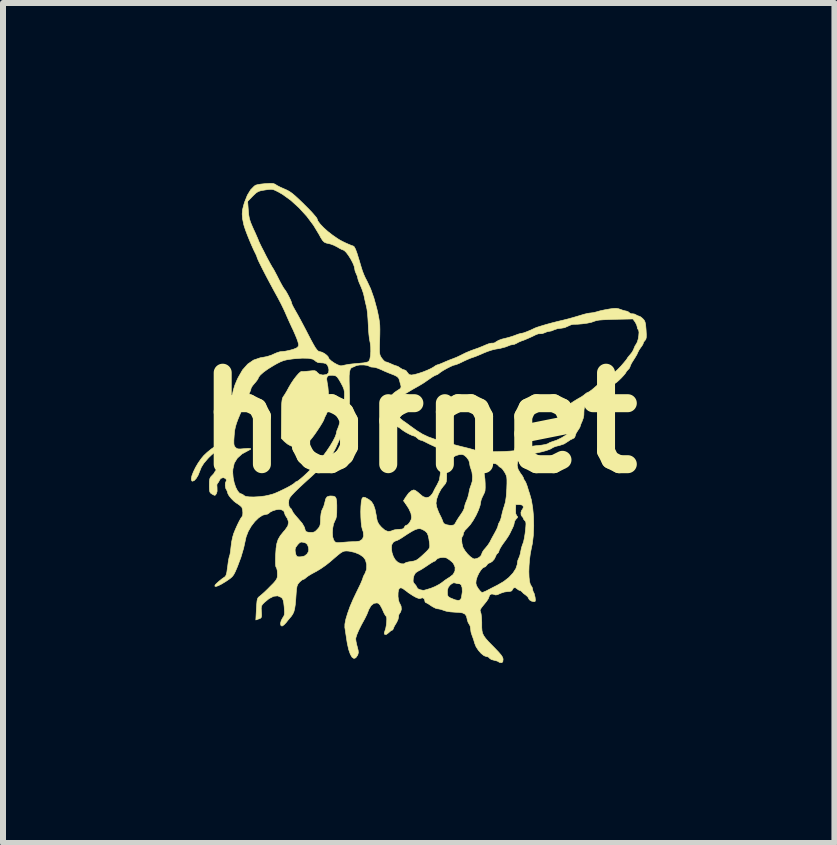
<source format=kicad_pcb>
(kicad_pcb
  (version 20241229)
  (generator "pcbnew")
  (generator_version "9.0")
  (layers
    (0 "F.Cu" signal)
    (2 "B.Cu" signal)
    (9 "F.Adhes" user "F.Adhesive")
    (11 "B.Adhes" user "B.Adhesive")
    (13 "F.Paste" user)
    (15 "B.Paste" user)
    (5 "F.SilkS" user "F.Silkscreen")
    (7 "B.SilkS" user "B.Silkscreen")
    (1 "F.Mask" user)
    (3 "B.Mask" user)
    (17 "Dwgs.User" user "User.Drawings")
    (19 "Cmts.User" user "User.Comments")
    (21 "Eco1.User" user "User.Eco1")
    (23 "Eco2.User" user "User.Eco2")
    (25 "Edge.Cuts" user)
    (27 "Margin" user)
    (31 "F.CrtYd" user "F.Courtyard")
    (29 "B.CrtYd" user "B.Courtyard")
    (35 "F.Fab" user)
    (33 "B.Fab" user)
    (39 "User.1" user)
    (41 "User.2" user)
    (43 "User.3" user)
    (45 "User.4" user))
  (footprint "hornet"
    (layer "F.Cu")
    (at 3.926 3.994)
    (property "Reference" "hornet" (at 0 0 0) (layer "F.SilkS") (effects (font (size 1.524 1.524) (thickness 0.3))))
    (attr through_hole)
    (fp_poly (pts (xy -2.426 -3.987) (xy -2.397 -3.977) (xy -2.387 -3.971) (xy -2.359 -3.953) (xy -2.309 -3.927) (xy -2.248 -3.9) (xy -2.241 -3.897) (xy -2.194 -3.876) (xy -2.152 -3.853) (xy -2.108 -3.822) (xy -2.058 -3.78) (xy -1.996 -3.723) (xy -1.916 -3.646) (xy -1.908 -3.637) (xy -1.838 -3.568) (xy -1.778 -3.505) (xy -1.732 -3.452) (xy -1.702 -3.416) (xy -1.693 -3.399) (xy -1.68 -3.362) (xy -1.642 -3.311) (xy -1.586 -3.252) (xy -1.515 -3.188) (xy -1.435 -3.126) (xy -1.351 -3.068) (xy -1.314 -3.045) (xy -1.269 -3.021) (xy -1.215 -2.995) (xy -1.16 -2.971) (xy -1.116 -2.953) (xy -1.093 -2.946) (xy -1.075 -2.933) (xy -1.053 -2.892) (xy -1.027 -2.822) (xy -0.996 -2.721) (xy -0.99 -2.701) (xy -0.961 -2.604) (xy -0.938 -2.53) (xy -0.915 -2.471) (xy -0.891 -2.417) (xy -0.862 -2.362) (xy -0.801 -2.232) (xy -0.747 -2.08) (xy -0.698 -1.902) (xy -0.683 -1.837) (xy -0.667 -1.759) (xy -0.656 -1.693) (xy -0.649 -1.629) (xy -0.647 -1.558) (xy -0.648 -1.47) (xy -0.65 -1.395) (xy -0.653 -1.297) (xy -0.654 -1.226) (xy -0.653 -1.177) (xy -0.648 -1.142) (xy -0.64 -1.116) (xy -0.627 -1.093) (xy -0.617 -1.078) (xy -0.586 -1.04) (xy -0.56 -1.018) (xy -0.553 -1.016) (xy -0.525 -1.009) (xy -0.481 -0.991) (xy -0.461 -0.982) (xy -0.415 -0.962) (xy -0.38 -0.95) (xy -0.372 -0.948) (xy -0.346 -0.939) (xy -0.31 -0.915) (xy -0.309 -0.914) (xy -0.27 -0.89) (xy -0.238 -0.881) (xy -0.21 -0.867) (xy -0.189 -0.838) (xy -0.161 -0.804) (xy -0.122 -0.796) (xy -0.075 -0.803) (xy -0.008 -0.821) (xy 0.068 -0.846) (xy 0.143 -0.876) (xy 0.206 -0.905) (xy 0.246 -0.928) (xy 0.282 -0.953) (xy 0.308 -0.965) (xy 0.31 -0.965) (xy 0.335 -0.972) (xy 0.378 -0.989) (xy 0.397 -0.997) (xy 0.454 -1.022) (xy 0.522 -1.05) (xy 0.56 -1.064) (xy 0.629 -1.091) (xy 0.699 -1.124) (xy 0.73 -1.14) (xy 0.789 -1.169) (xy 0.862 -1.199) (xy 0.915 -1.219) (xy 0.99 -1.245) (xy 1.067 -1.276) (xy 1.113 -1.296) (xy 1.166 -1.317) (xy 1.209 -1.327) (xy 1.228 -1.327) (xy 1.259 -1.33) (xy 1.292 -1.351) (xy 1.329 -1.373) (xy 1.385 -1.394) (xy 1.431 -1.405) (xy 1.502 -1.423) (xy 1.572 -1.445) (xy 1.607 -1.458) (xy 1.658 -1.477) (xy 1.7 -1.489) (xy 1.712 -1.49) (xy 1.747 -1.498) (xy 1.802 -1.518) (xy 1.871 -1.547) (xy 1.936 -1.578) (xy 1.973 -1.592) (xy 2.036 -1.612) (xy 2.119 -1.637) (xy 2.214 -1.663) (xy 2.316 -1.689) (xy 2.405 -1.71) (xy 2.493 -1.732) (xy 2.586 -1.758) (xy 2.667 -1.782) (xy 2.687 -1.788) (xy 2.753 -1.808) (xy 2.814 -1.823) (xy 2.856 -1.829) (xy 2.858 -1.829) (xy 2.908 -1.835) (xy 2.965 -1.849) (xy 2.974 -1.852) (xy 3.024 -1.866) (xy 3.093 -1.881) (xy 3.166 -1.894) (xy 3.169 -1.895) (xy 3.24 -1.905) (xy 3.289 -1.907) (xy 3.327 -1.901) (xy 3.362 -1.889) (xy 3.41 -1.872) (xy 3.449 -1.863) (xy 3.454 -1.863) (xy 3.49 -1.85) (xy 3.506 -1.836) (xy 3.537 -1.817) (xy 3.556 -1.817) (xy 3.591 -1.813) (xy 3.616 -1.801) (xy 3.65 -1.783) (xy 3.669 -1.778) (xy 3.694 -1.767) (xy 3.728 -1.74) (xy 3.734 -1.734) (xy 3.757 -1.708) (xy 3.771 -1.678) (xy 3.78 -1.635) (xy 3.786 -1.57) (xy 3.788 -1.543) (xy 3.792 -1.469) (xy 3.791 -1.422) (xy 3.784 -1.393) (xy 3.772 -1.375) (xy 3.77 -1.373) (xy 3.747 -1.345) (xy 3.742 -1.328) (xy 3.732 -1.302) (xy 3.707 -1.265) (xy 3.702 -1.259) (xy 3.672 -1.215) (xy 3.651 -1.175) (xy 3.65 -1.173) (xy 3.635 -1.138) (xy 3.606 -1.089) (xy 3.58 -1.048) (xy 3.549 -0.999) (xy 3.528 -0.958) (xy 3.522 -0.938) (xy 3.51 -0.91) (xy 3.488 -0.885) (xy 3.463 -0.859) (xy 3.454 -0.843) (xy 3.443 -0.824) (xy 3.414 -0.789) (xy 3.376 -0.748) (xy 3.335 -0.708) (xy 3.299 -0.676) (xy 3.277 -0.661) (xy 3.275 -0.66) (xy 3.255 -0.65) (xy 3.218 -0.622) (xy 3.171 -0.583) (xy 3.166 -0.578) (xy 3.1 -0.524) (xy 3.026 -0.467) (xy 2.974 -0.43) (xy 2.892 -0.377) (xy 2.834 -0.338) (xy 2.795 -0.307) (xy 2.772 -0.281) (xy 2.76 -0.252) (xy 2.754 -0.216) (xy 2.752 -0.167) (xy 2.751 -0.127) (xy 2.741 -0.076) (xy 2.721 -0.023) (xy 2.721 -0.022) (xy 2.702 0.02) (xy 2.693 0.05) (xy 2.692 0.053) (xy 2.683 0.078) (xy 2.659 0.116) (xy 2.65 0.129) (xy 2.623 0.172) (xy 2.608 0.211) (xy 2.608 0.218) (xy 2.593 0.25) (xy 2.57 0.263) (xy 2.526 0.284) (xy 2.498 0.303) (xy 2.422 0.352) (xy 2.338 0.38) (xy 2.326 0.382) (xy 2.278 0.394) (xy 2.242 0.409) (xy 2.237 0.412) (xy 2.194 0.437) (xy 2.128 0.462) (xy 2.051 0.483) (xy 2.015 0.491) (xy 1.948 0.506) (xy 1.878 0.527) (xy 1.863 0.532) (xy 1.811 0.548) (xy 1.77 0.557) (xy 1.759 0.559) (xy 1.727 0.569) (xy 1.689 0.593) (xy 1.687 0.594) (xy 1.65 0.643) (xy 1.64 0.705) (xy 1.655 0.774) (xy 1.693 0.838) (xy 1.723 0.879) (xy 1.742 0.911) (xy 1.744 0.92) (xy 1.754 0.946) (xy 1.767 0.964) (xy 1.785 0.996) (xy 1.804 1.046) (xy 1.811 1.067) (xy 1.827 1.121) (xy 1.842 1.166) (xy 1.846 1.177) (xy 1.877 1.286) (xy 1.899 1.418) (xy 1.913 1.565) (xy 1.916 1.719) (xy 1.91 1.87) (xy 1.894 2.008) (xy 1.876 2.093) (xy 1.859 2.181) (xy 1.846 2.28) (xy 1.838 2.382) (xy 1.835 2.481) (xy 1.838 2.571) (xy 1.846 2.643) (xy 1.859 2.692) (xy 1.867 2.705) (xy 1.89 2.742) (xy 1.897 2.771) (xy 1.904 2.807) (xy 1.912 2.82) (xy 1.924 2.846) (xy 1.935 2.891) (xy 1.939 2.908) (xy 1.944 2.954) (xy 1.939 2.975) (xy 1.922 2.98) (xy 1.88 2.971) (xy 1.844 2.949) (xy 1.829 2.923) (xy 1.829 2.922) (xy 1.816 2.898) (xy 1.784 2.871) (xy 1.782 2.869) (xy 1.745 2.842) (xy 1.722 2.817) (xy 1.722 2.817) (xy 1.697 2.796) (xy 1.686 2.794) (xy 1.657 2.782) (xy 1.643 2.769) (xy 1.609 2.746) (xy 1.579 2.751) (xy 1.563 2.777) (xy 1.549 2.8) (xy 1.517 2.81) (xy 1.487 2.811) (xy 1.428 2.819) (xy 1.366 2.839) (xy 1.354 2.845) (xy 1.308 2.865) (xy 1.277 2.868) (xy 1.255 2.859) (xy 1.216 2.851) (xy 1.183 2.869) (xy 1.168 2.906) (xy 1.168 2.908) (xy 1.158 2.932) (xy 1.131 2.973) (xy 1.092 3.022) (xy 1.089 3.025) (xy 1.048 3.076) (xy 1.027 3.109) (xy 1.022 3.132) (xy 1.03 3.151) (xy 1.039 3.184) (xy 1.046 3.243) (xy 1.05 3.322) (xy 1.05 3.345) (xy 1.05 3.411) (xy 1.054 3.463) (xy 1.063 3.506) (xy 1.083 3.547) (xy 1.114 3.591) (xy 1.161 3.645) (xy 1.228 3.713) (xy 1.27 3.756) (xy 1.332 3.821) (xy 1.372 3.868) (xy 1.395 3.903) (xy 1.405 3.933) (xy 1.405 3.945) (xy 1.4 3.983) (xy 1.381 3.996) (xy 1.373 3.996) (xy 1.341 3.99) (xy 1.331 3.982) (xy 1.309 3.97) (xy 1.268 3.959) (xy 1.255 3.956) (xy 1.211 3.944) (xy 1.182 3.925) (xy 1.179 3.92) (xy 1.157 3.9) (xy 1.129 3.895) (xy 1.088 3.88) (xy 1.041 3.843) (xy 0.995 3.791) (xy 0.956 3.732) (xy 0.932 3.673) (xy 0.932 3.672) (xy 0.914 3.611) (xy 0.893 3.553) (xy 0.889 3.543) (xy 0.871 3.487) (xy 0.864 3.43) (xy 0.857 3.386) (xy 0.841 3.355) (xy 0.84 3.355) (xy 0.823 3.326) (xy 0.808 3.28) (xy 0.807 3.27) (xy 0.794 3.219) (xy 0.77 3.187) (xy 0.729 3.167) (xy 0.665 3.158) (xy 0.612 3.156) (xy 0.528 3.15) (xy 0.456 3.138) (xy 0.42 3.126) (xy 0.368 3.108) (xy 0.323 3.099) (xy 0.316 3.099) (xy 0.279 3.089) (xy 0.231 3.064) (xy 0.206 3.048) (xy 0.163 3.019) (xy 0.129 3) (xy 0.119 2.997) (xy 0.105 2.983) (xy 0.102 2.963) (xy 0.09 2.93) (xy 0.062 2.915) (xy 0.033 2.924) (xy 0.031 2.925) (xy 0.006 2.928) (xy -0.039 2.912) (xy -0.097 2.88) (xy -0.164 2.836) (xy -0.184 2.821) (xy 0.477 2.821) (xy 0.48 2.869) (xy 0.492 2.896) (xy 0.522 2.915) (xy 0.531 2.919) (xy 0.605 2.949) (xy 0.657 2.96) (xy 0.69 2.951) (xy 0.709 2.922) (xy 0.713 2.904) (xy 0.726 2.816) (xy 0.723 2.746) (xy 0.706 2.699) (xy 0.676 2.677) (xy 0.657 2.677) (xy 0.624 2.674) (xy 0.618 2.672) (xy 0.952 2.672) (xy 0.962 2.712) (xy 0.989 2.758) (xy 0.991 2.761) (xy 1.022 2.8) (xy 1.048 2.824) (xy 1.056 2.828) (xy 1.08 2.82) (xy 1.124 2.801) (xy 1.168 2.778) (xy 1.23 2.746) (xy 1.289 2.716) (xy 1.32 2.7) (xy 1.416 2.644) (xy 1.502 2.577) (xy 1.571 2.503) (xy 1.619 2.428) (xy 1.642 2.358) (xy 1.643 2.341) (xy 1.651 2.293) (xy 1.665 2.26) (xy 1.681 2.223) (xy 1.695 2.17) (xy 1.699 2.146) (xy 1.711 2.086) (xy 1.728 2.032) (xy 1.734 2.018) (xy 1.747 1.981) (xy 1.76 1.92) (xy 1.772 1.846) (xy 1.776 1.811) (xy 1.784 1.734) (xy 1.787 1.685) (xy 1.784 1.655) (xy 1.775 1.637) (xy 1.769 1.632) (xy 1.748 1.607) (xy 1.744 1.595) (xy 1.732 1.57) (xy 1.723 1.563) (xy 1.706 1.535) (xy 1.703 1.493) (xy 1.716 1.456) (xy 1.725 1.447) (xy 1.741 1.417) (xy 1.742 1.396) (xy 1.728 1.372) (xy 1.693 1.364) (xy 1.676 1.363) (xy 1.617 1.363) (xy 1.614 1.448) (xy 1.616 1.513) (xy 1.632 1.549) (xy 1.635 1.551) (xy 1.649 1.568) (xy 1.638 1.588) (xy 1.625 1.6) (xy 1.6 1.635) (xy 1.592 1.664) (xy 1.584 1.703) (xy 1.568 1.742) (xy 1.544 1.791) (xy 1.522 1.837) (xy 1.501 1.876) (xy 1.466 1.93) (xy 1.424 1.989) (xy 1.418 1.996) (xy 1.38 2.051) (xy 1.352 2.099) (xy 1.338 2.13) (xy 1.338 2.134) (xy 1.326 2.164) (xy 1.315 2.173) (xy 1.294 2.194) (xy 1.28 2.228) (xy 1.258 2.272) (xy 1.223 2.311) (xy 1.185 2.334) (xy 1.173 2.336) (xy 1.15 2.35) (xy 1.135 2.371) (xy 1.111 2.398) (xy 1.092 2.405) (xy 1.066 2.419) (xy 1.033 2.457) (xy 1.001 2.508) (xy 0.974 2.566) (xy 0.958 2.619) (xy 0.957 2.621) (xy 0.952 2.672) (xy 0.618 2.672) (xy 0.604 2.667) (xy 0.573 2.667) (xy 0.535 2.692) (xy 0.525 2.7) (xy 0.492 2.741) (xy 0.479 2.787) (xy 0.477 2.821) (xy -0.184 2.821) (xy -0.217 2.796) (xy -0.264 2.762) (xy -0.294 2.749) (xy -0.317 2.754) (xy -0.319 2.755) (xy -0.336 2.783) (xy -0.344 2.832) (xy -0.345 2.892) (xy -0.338 2.95) (xy -0.324 2.997) (xy -0.314 3.013) (xy -0.294 3.055) (xy -0.289 3.106) (xy -0.301 3.151) (xy -0.313 3.167) (xy -0.332 3.199) (xy -0.336 3.232) (xy -0.344 3.273) (xy -0.367 3.324) (xy -0.378 3.342) (xy -0.405 3.386) (xy -0.421 3.422) (xy -0.423 3.431) (xy -0.435 3.452) (xy -0.443 3.454) (xy -0.466 3.466) (xy -0.498 3.494) (xy -0.503 3.499) (xy -0.539 3.526) (xy -0.565 3.527) (xy -0.574 3.504) (xy -0.563 3.467) (xy -0.55 3.427) (xy -0.54 3.373) (xy -0.534 3.315) (xy -0.532 3.265) (xy -0.537 3.232) (xy -0.541 3.226) (xy -0.558 3.205) (xy -0.58 3.166) (xy -0.585 3.153) (xy -0.618 3.081) (xy -0.645 3.035) (xy -0.669 3.01) (xy -0.694 3) (xy -0.747 3.008) (xy -0.794 3.046) (xy -0.832 3.111) (xy -0.838 3.128) (xy -0.864 3.193) (xy -0.896 3.258) (xy -0.906 3.277) (xy -0.956 3.368) (xy -0.999 3.454) (xy -1.03 3.527) (xy -1.047 3.581) (xy -1.05 3.6) (xy -1.045 3.641) (xy -1.033 3.699) (xy -1.023 3.735) (xy -1.009 3.792) (xy -1.006 3.831) (xy -1.015 3.864) (xy -1.019 3.873) (xy -1.049 3.915) (xy -1.079 3.926) (xy -1.11 3.906) (xy -1.139 3.857) (xy -1.166 3.781) (xy -1.189 3.68) (xy -1.196 3.638) (xy -1.208 3.559) (xy -1.219 3.487) (xy -1.227 3.432) (xy -1.231 3.411) (xy -1.23 3.353) (xy -1.214 3.271) (xy -1.184 3.172) (xy -1.144 3.06) (xy -1.093 2.941) (xy -1.043 2.836) (xy -1.004 2.756) (xy -0.97 2.686) (xy -0.951 2.642) (xy -0.094 2.642) (xy -0.08 2.672) (xy -0.075 2.677) (xy -0.046 2.711) (xy -0.033 2.737) (xy -0.016 2.763) (xy 0.018 2.78) (xy 0.075 2.792) (xy 0.098 2.788) (xy 0.143 2.775) (xy 0.201 2.757) (xy 0.202 2.757) (xy 0.273 2.728) (xy 0.343 2.691) (xy 0.386 2.662) (xy 0.438 2.622) (xy 0.491 2.587) (xy 0.513 2.574) (xy 0.573 2.527) (xy 0.604 2.468) (xy 0.606 2.405) (xy 0.578 2.343) (xy 0.555 2.318) (xy 0.511 2.282) (xy 0.469 2.255) (xy 0.459 2.25) (xy 0.414 2.242) (xy 0.363 2.246) (xy 0.319 2.259) (xy 0.294 2.278) (xy 0.293 2.28) (xy 0.276 2.301) (xy 0.269 2.303) (xy 0.248 2.312) (xy 0.208 2.335) (xy 0.173 2.358) (xy 0.106 2.403) (xy 0.06 2.433) (xy 0.028 2.452) (xy 0.003 2.465) (xy -0.009 2.471) (xy -0.053 2.5) (xy -0.08 2.547) (xy -0.091 2.593) (xy -0.094 2.642) (xy -0.951 2.642) (xy -0.946 2.63) (xy -0.933 2.597) (xy -0.932 2.591) (xy -0.922 2.56) (xy -0.901 2.519) (xy -0.897 2.515) (xy -0.869 2.443) (xy -0.867 2.36) (xy -0.888 2.283) (xy -0.924 2.235) (xy -0.986 2.192) (xy -1.066 2.159) (xy -1.156 2.139) (xy -1.171 2.137) (xy -1.205 2.135) (xy -1.234 2.137) (xy -1.264 2.146) (xy -1.298 2.166) (xy -1.342 2.2) (xy -1.401 2.25) (xy -1.477 2.316) (xy -1.549 2.373) (xy -1.631 2.43) (xy -1.707 2.476) (xy -1.723 2.484) (xy -1.784 2.517) (xy -1.837 2.549) (xy -1.87 2.573) (xy -1.874 2.577) (xy -1.903 2.601) (xy -1.921 2.608) (xy -1.945 2.619) (xy -1.978 2.647) (xy -1.987 2.656) (xy -2.012 2.686) (xy -2.027 2.721) (xy -2.036 2.77) (xy -2.041 2.829) (xy -2.049 2.945) (xy -2.057 3.032) (xy -2.067 3.097) (xy -2.08 3.147) (xy -2.098 3.186) (xy -2.121 3.221) (xy -2.144 3.248) (xy -2.171 3.28) (xy -2.205 3.323) (xy -2.212 3.332) (xy -2.245 3.366) (xy -2.273 3.385) (xy -2.279 3.387) (xy -2.298 3.373) (xy -2.302 3.34) (xy -2.291 3.296) (xy -2.267 3.251) (xy -2.267 3.251) (xy -2.248 3.223) (xy -2.238 3.193) (xy -2.236 3.151) (xy -2.24 3.088) (xy -2.241 3.07) (xy -2.249 2.999) (xy -2.259 2.954) (xy -2.273 2.925) (xy -2.29 2.909) (xy -2.349 2.883) (xy -2.417 2.89) (xy -2.494 2.929) (xy -2.568 2.99) (xy -2.602 3.024) (xy -2.619 3.052) (xy -2.624 3.088) (xy -2.622 3.143) (xy -2.621 3.149) (xy -2.618 3.205) (xy -2.621 3.237) (xy -2.633 3.254) (xy -2.659 3.266) (xy -2.664 3.267) (xy -2.714 3.285) (xy -2.704 3.103) (xy -2.699 3.022) (xy -2.694 2.968) (xy -2.686 2.934) (xy -2.675 2.912) (xy -2.657 2.895) (xy -2.647 2.888) (xy -2.615 2.861) (xy -2.567 2.818) (xy -2.511 2.764) (xy -2.477 2.729) (xy -2.421 2.673) (xy -2.386 2.632) (xy -2.366 2.601) (xy -2.356 2.572) (xy -2.354 2.536) (xy -2.354 2.514) (xy -2.357 2.461) (xy -2.366 2.423) (xy -2.373 2.412) (xy -2.382 2.391) (xy -2.386 2.343) (xy -2.386 2.265) (xy -2.384 2.2) (xy -2.378 2.115) (xy -2.06 2.115) (xy -2.057 2.15) (xy -2.045 2.201) (xy -2.029 2.226) (xy -1.999 2.234) (xy -1.96 2.232) (xy -1.904 2.22) (xy -1.865 2.19) (xy -1.857 2.18) (xy -1.835 2.142) (xy -1.832 2.103) (xy -1.834 2.094) (xy -0.455 2.094) (xy -0.445 2.163) (xy -0.422 2.231) (xy -0.387 2.288) (xy -0.344 2.327) (xy -0.288 2.349) (xy -0.247 2.35) (xy -0.229 2.338) (xy -0.208 2.327) (xy -0.165 2.317) (xy -0.127 2.311) (xy -0.08 2.303) (xy -0.042 2.29) (xy -0.004 2.265) (xy 0.043 2.225) (xy 0.078 2.193) (xy 0.131 2.143) (xy 0.163 2.108) (xy 0.18 2.081) (xy 0.184 2.054) (xy 0.182 2.02) (xy 0.181 2.013) (xy 0.173 1.957) (xy 0.715 1.957) (xy 0.721 2.012) (xy 0.734 2.064) (xy 0.739 2.079) (xy 0.77 2.131) (xy 0.812 2.184) (xy 0.859 2.23) (xy 0.903 2.261) (xy 0.929 2.269) (xy 0.971 2.26) (xy 1.008 2.242) (xy 1.038 2.212) (xy 1.05 2.184) (xy 1.061 2.154) (xy 1.089 2.113) (xy 1.108 2.092) (xy 1.15 2.041) (xy 1.186 1.986) (xy 1.194 1.969) (xy 1.221 1.917) (xy 1.255 1.856) (xy 1.272 1.825) (xy 1.299 1.774) (xy 1.317 1.732) (xy 1.321 1.714) (xy 1.332 1.677) (xy 1.346 1.654) (xy 1.363 1.617) (xy 1.378 1.565) (xy 1.38 1.552) (xy 1.393 1.495) (xy 1.412 1.426) (xy 1.425 1.389) (xy 1.445 1.318) (xy 1.458 1.228) (xy 1.466 1.111) (xy 1.467 1.097) (xy 1.47 1.011) (xy 1.47 0.951) (xy 1.467 0.909) (xy 1.458 0.876) (xy 1.444 0.845) (xy 1.43 0.821) (xy 1.401 0.778) (xy 1.376 0.751) (xy 1.366 0.745) (xy 1.342 0.732) (xy 1.325 0.711) (xy 1.29 0.684) (xy 1.246 0.677) (xy 1.203 0.684) (xy 1.166 0.707) (xy 1.135 0.741) (xy 1.103 0.784) (xy 1.09 0.819) (xy 1.092 0.861) (xy 1.094 0.872) (xy 1.103 0.937) (xy 1.107 1.009) (xy 1.108 1.076) (xy 1.105 1.129) (xy 1.1 1.151) (xy 1.086 1.183) (xy 1.064 1.227) (xy 1.061 1.233) (xy 1.042 1.278) (xy 1.033 1.315) (xy 1.033 1.318) (xy 1.022 1.378) (xy 0.995 1.455) (xy 0.956 1.54) (xy 0.909 1.623) (xy 0.86 1.695) (xy 0.813 1.748) (xy 0.81 1.751) (xy 0.77 1.792) (xy 0.748 1.829) (xy 0.745 1.842) (xy 0.739 1.875) (xy 0.73 1.887) (xy 0.718 1.911) (xy 0.715 1.957) (xy 0.173 1.957) (xy 0.169 1.931) (xy 0.156 1.874) (xy 0.14 1.837) (xy 0.116 1.811) (xy 0.093 1.795) (xy 0.056 1.775) (xy 0.022 1.764) (xy -0.015 1.766) (xy -0.059 1.78) (xy -0.115 1.809) (xy -0.19 1.855) (xy -0.285 1.918) (xy -0.33 1.945) (xy -0.365 1.962) (xy -0.375 1.964) (xy -0.402 1.975) (xy -0.426 1.992) (xy -0.45 2.034) (xy -0.455 2.094) (xy -1.834 2.094) (xy -1.838 2.071) (xy -1.855 2.027) (xy -1.883 2.003) (xy -1.913 1.993) (xy -1.953 1.986) (xy -1.98 1.994) (xy -2.01 2.023) (xy -2.02 2.035) (xy -2.051 2.078) (xy -2.06 2.115) (xy -2.378 2.115) (xy -2.377 2.093) (xy -2.364 2.011) (xy -2.342 1.943) (xy -2.306 1.881) (xy -2.254 1.816) (xy -2.228 1.787) (xy -2.181 1.719) (xy -2.168 1.655) (xy -2.188 1.594) (xy -2.201 1.575) (xy -2.225 1.536) (xy -2.235 1.505) (xy -2.25 1.467) (xy -2.293 1.446) (xy -2.328 1.442) (xy -2.377 1.449) (xy -2.432 1.466) (xy -2.477 1.489) (xy -2.498 1.508) (xy -2.522 1.522) (xy -2.538 1.524) (xy -2.6 1.539) (xy -2.666 1.582) (xy -2.731 1.645) (xy -2.791 1.723) (xy -2.841 1.81) (xy -2.876 1.901) (xy -2.887 1.951) (xy -2.917 2.088) (xy -2.962 2.24) (xy -3.019 2.393) (xy -3.027 2.412) (xy -3.057 2.482) (xy -3.082 2.53) (xy -3.109 2.565) (xy -3.145 2.596) (xy -3.197 2.632) (xy -3.215 2.644) (xy -3.286 2.687) (xy -3.342 2.715) (xy -3.38 2.727) (xy -3.397 2.721) (xy -3.392 2.702) (xy -3.37 2.678) (xy -3.33 2.642) (xy -3.282 2.603) (xy -3.234 2.569) (xy -3.228 2.565) (xy -3.211 2.542) (xy -3.197 2.491) (xy -3.186 2.41) (xy -3.184 2.401) (xy -3.175 2.33) (xy -3.165 2.27) (xy -3.156 2.23) (xy -3.153 2.223) (xy -3.144 2.192) (xy -3.135 2.138) (xy -3.128 2.072) (xy -3.127 2.063) (xy -3.117 1.984) (xy -3.1 1.904) (xy -3.082 1.843) (xy -3.053 1.772) (xy -3.021 1.701) (xy -2.99 1.638) (xy -2.964 1.591) (xy -2.946 1.566) (xy -2.944 1.565) (xy -2.933 1.541) (xy -2.93 1.499) (xy -2.934 1.451) (xy -2.945 1.412) (xy -2.951 1.403) (xy -2.979 1.377) (xy -3.021 1.347) (xy -3.031 1.341) (xy -3.043 1.333) (xy -2.167 1.333) (xy -2.162 1.388) (xy -2.145 1.415) (xy -2.144 1.416) (xy -2.121 1.438) (xy -2.11 1.462) (xy -2.095 1.491) (xy -2.061 1.536) (xy -2.017 1.587) (xy -2.007 1.598) (xy -1.941 1.676) (xy -1.905 1.739) (xy -1.899 1.759) (xy -1.889 1.797) (xy -1.871 1.816) (xy -1.835 1.824) (xy -1.813 1.826) (xy -1.762 1.826) (xy -1.726 1.812) (xy -1.691 1.778) (xy -1.666 1.749) (xy -1.65 1.724) (xy -1.641 1.692) (xy -1.637 1.646) (xy -1.634 1.575) (xy -1.634 1.574) (xy -1.627 1.512) (xy -1.614 1.459) (xy -1.604 1.439) (xy -1.583 1.394) (xy -1.567 1.338) (xy -1.565 1.329) (xy -1.55 1.268) (xy -1.527 1.234) (xy -1.49 1.221) (xy -1.467 1.219) (xy -1.423 1.222) (xy -1.394 1.233) (xy -1.377 1.258) (xy -1.368 1.303) (xy -1.365 1.374) (xy -1.365 1.417) (xy -1.366 1.501) (xy -1.371 1.56) (xy -1.381 1.6) (xy -1.396 1.63) (xy -1.419 1.684) (xy -1.433 1.755) (xy -1.438 1.832) (xy -1.433 1.902) (xy -1.417 1.953) (xy -1.414 1.958) (xy -1.398 1.98) (xy -1.381 1.992) (xy -1.354 1.997) (xy -1.31 1.995) (xy -1.247 1.99) (xy -1.174 1.984) (xy -1.108 1.981) (xy -1.06 1.98) (xy -1.054 1.98) (xy -0.985 1.971) (xy -0.939 1.94) (xy -0.918 1.888) (xy -0.924 1.818) (xy -0.94 1.772) (xy -0.951 1.727) (xy -0.959 1.656) (xy -0.964 1.571) (xy -0.966 1.48) (xy -0.963 1.392) (xy -0.957 1.316) (xy -0.954 1.3) (xy -0.943 1.257) (xy -0.923 1.239) (xy -0.888 1.246) (xy -0.834 1.276) (xy -0.83 1.278) (xy -0.786 1.315) (xy -0.753 1.368) (xy -0.728 1.441) (xy -0.708 1.541) (xy -0.702 1.583) (xy -0.689 1.642) (xy -0.663 1.691) (xy -0.621 1.74) (xy -0.563 1.79) (xy -0.511 1.811) (xy -0.459 1.804) (xy -0.439 1.794) (xy -0.402 1.783) (xy -0.349 1.776) (xy -0.328 1.775) (xy -0.277 1.771) (xy -0.25 1.759) (xy -0.241 1.742) (xy -0.225 1.716) (xy -0.211 1.71) (xy -0.181 1.696) (xy -0.151 1.66) (xy -0.127 1.615) (xy -0.119 1.573) (xy -0.13 1.506) (xy -0.165 1.43) (xy -0.207 1.365) (xy -0.225 1.339) (xy 0.288 1.339) (xy 0.288 1.339) (xy 0.299 1.403) (xy 0.33 1.486) (xy 0.347 1.522) (xy 0.376 1.58) (xy 0.396 1.627) (xy 0.406 1.655) (xy 0.406 1.658) (xy 0.422 1.68) (xy 0.462 1.698) (xy 0.518 1.708) (xy 0.538 1.709) (xy 0.581 1.704) (xy 0.607 1.679) (xy 0.614 1.664) (xy 0.636 1.625) (xy 0.67 1.572) (xy 0.698 1.532) (xy 0.732 1.481) (xy 0.755 1.435) (xy 0.762 1.409) (xy 0.77 1.369) (xy 0.788 1.319) (xy 0.794 1.307) (xy 0.816 1.25) (xy 0.834 1.183) (xy 0.837 1.164) (xy 0.849 1.104) (xy 0.867 1.051) (xy 0.873 1.037) (xy 0.892 0.974) (xy 0.896 0.895) (xy 0.886 0.816) (xy 0.872 0.773) (xy 0.855 0.721) (xy 0.847 0.673) (xy 0.847 0.668) (xy 0.833 0.623) (xy 0.797 0.574) (xy 0.795 0.572) (xy 0.757 0.539) (xy 0.722 0.527) (xy 0.675 0.53) (xy 0.618 0.547) (xy 0.568 0.577) (xy 0.534 0.613) (xy 0.525 0.641) (xy 0.514 0.672) (xy 0.495 0.699) (xy 0.479 0.726) (xy 0.47 0.768) (xy 0.466 0.832) (xy 0.466 0.864) (xy 0.465 0.933) (xy 0.46 0.978) (xy 0.448 1.009) (xy 0.428 1.036) (xy 0.417 1.047) (xy 0.369 1.111) (xy 0.328 1.189) (xy 0.299 1.27) (xy 0.288 1.339) (xy -0.225 1.339) (xy -0.254 1.299) (xy -0.216 1.238) (xy -0.167 1.171) (xy -0.118 1.13) (xy -0.081 1.118) (xy -0.053 1.129) (xy -0.013 1.158) (xy 0.007 1.176) (xy 0.069 1.228) (xy 0.123 1.248) (xy 0.171 1.237) (xy 0.195 1.219) (xy 0.228 1.181) (xy 0.247 1.145) (xy 0.262 1.112) (xy 0.289 1.063) (xy 0.307 1.032) (xy 0.344 0.954) (xy 0.356 0.878) (xy 0.356 0.878) (xy 0.364 0.812) (xy 0.385 0.746) (xy 0.389 0.737) (xy 0.425 0.648) (xy 0.438 0.566) (xy 0.434 0.517) (xy 0.423 0.493) (xy 0.403 0.47) (xy 0.366 0.445) (xy 0.308 0.415) (xy 0.237 0.382) (xy 0.177 0.354) (xy 0.123 0.327) (xy 0.096 0.313) (xy 0.056 0.295) (xy 0.027 0.288) (xy 0.000118 0.276) (xy -0.025 0.254) (xy -0.056 0.229) (xy -0.078 0.22) (xy -0.109 0.211) (xy -0.157 0.189) (xy -0.211 0.16) (xy -0.262 0.128) (xy -0.297 0.101) (xy -0.329 0.077) (xy -0.351 0.068) (xy -0.381 0.056) (xy -0.418 0.027) (xy -0.453 -0.009) (xy -0.473 -0.041) (xy -0.474 -0.049) (xy -0.484 -0.085) (xy -0.499 -0.111) (xy -0.519 -0.148) (xy -0.524 -0.172) (xy -0.532 -0.206) (xy -0.545 -0.237) (xy -0.416 -0.237) (xy -0.395 -0.191) (xy -0.362 -0.144) (xy -0.336 -0.106) (xy -0.301 -0.066) (xy -0.26 -0.033) (xy -0.216 -0.003) (xy -0.164 0.035) (xy -0.144 0.05) (xy -0.034 0.129) (xy 0.063 0.189) (xy 0.16 0.235) (xy 0.267 0.273) (xy 0.381 0.305) (xy 0.448 0.323) (xy 0.51 0.34) (xy 0.55 0.352) (xy 0.589 0.364) (xy 0.65 0.38) (xy 0.724 0.399) (xy 0.762 0.408) (xy 0.838 0.427) (xy 0.907 0.446) (xy 0.958 0.462) (xy 0.974 0.468) (xy 1.008 0.474) (xy 1.068 0.479) (xy 1.148 0.481) (xy 1.24 0.482) (xy 1.337 0.48) (xy 1.432 0.477) (xy 1.518 0.472) (xy 1.588 0.466) (xy 1.635 0.458) (xy 1.648 0.454) (xy 1.727 0.423) (xy 1.831 0.398) (xy 1.95 0.382) (xy 1.981 0.379) (xy 2.05 0.372) (xy 2.108 0.362) (xy 2.145 0.351) (xy 2.151 0.348) (xy 2.186 0.328) (xy 2.223 0.315) (xy 2.297 0.29) (xy 2.378 0.251) (xy 2.453 0.205) (xy 2.504 0.163) (xy 2.535 0.126) (xy 2.554 0.087) (xy 2.564 0.032) (xy 2.567 -0.001) (xy 2.571 -0.073) (xy 2.564 -0.13) (xy 2.544 -0.187) (xy 2.542 -0.192) (xy 2.521 -0.242) (xy 2.509 -0.281) (xy 2.506 -0.294) (xy 2.513 -0.307) (xy 2.536 -0.326) (xy 2.579 -0.355) (xy 2.646 -0.396) (xy 2.711 -0.433) (xy 2.75 -0.46) (xy 2.774 -0.48) (xy 2.804 -0.502) (xy 2.822 -0.508) (xy 2.842 -0.519) (xy 2.88 -0.546) (xy 2.928 -0.586) (xy 2.94 -0.597) (xy 2.991 -0.641) (xy 3.035 -0.678) (xy 3.064 -0.701) (xy 3.067 -0.703) (xy 3.168 -0.77) (xy 3.247 -0.829) (xy 3.313 -0.886) (xy 3.373 -0.948) (xy 3.376 -0.952) (xy 3.419 -1.002) (xy 3.452 -1.042) (xy 3.47 -1.066) (xy 3.471 -1.069) (xy 3.482 -1.087) (xy 3.509 -1.12) (xy 3.522 -1.135) (xy 3.557 -1.179) (xy 3.581 -1.224) (xy 3.584 -1.234) (xy 3.604 -1.282) (xy 3.624 -1.312) (xy 3.642 -1.346) (xy 3.657 -1.397) (xy 3.666 -1.453) (xy 3.67 -1.505) (xy 3.665 -1.54) (xy 3.659 -1.549) (xy 3.644 -1.573) (xy 3.641 -1.594) (xy 3.631 -1.631) (xy 3.608 -1.675) (xy 3.605 -1.68) (xy 3.568 -1.73) (xy 3.27 -1.724) (xy 3.154 -1.72) (xy 3.068 -1.716) (xy 3.004 -1.711) (xy 2.96 -1.703) (xy 2.928 -1.693) (xy 2.918 -1.689) (xy 2.875 -1.674) (xy 2.808 -1.66) (xy 2.728 -1.649) (xy 2.645 -1.642) (xy 2.578 -1.641) (xy 2.539 -1.633) (xy 2.491 -1.612) (xy 2.485 -1.609) (xy 2.43 -1.585) (xy 2.371 -1.575) (xy 2.368 -1.575) (xy 2.311 -1.568) (xy 2.259 -1.55) (xy 2.258 -1.55) (xy 2.213 -1.531) (xy 2.176 -1.524) (xy 2.136 -1.516) (xy 2.095 -1.499) (xy 2.054 -1.485) (xy 2.024 -1.484) (xy 1.993 -1.483) (xy 1.952 -1.468) (xy 1.887 -1.436) (xy 1.815 -1.404) (xy 1.751 -1.377) (xy 1.71 -1.363) (xy 1.663 -1.343) (xy 1.635 -1.327) (xy 1.595 -1.308) (xy 1.571 -1.304) (xy 1.529 -1.296) (xy 1.511 -1.289) (xy 1.444 -1.263) (xy 1.357 -1.24) (xy 1.278 -1.227) (xy 1.22 -1.213) (xy 1.147 -1.189) (xy 1.075 -1.16) (xy 1.072 -1.158) (xy 1.007 -1.13) (xy 0.948 -1.106) (xy 0.906 -1.091) (xy 0.902 -1.09) (xy 0.864 -1.077) (xy 0.807 -1.053) (xy 0.744 -1.024) (xy 0.741 -1.022) (xy 0.683 -0.994) (xy 0.635 -0.974) (xy 0.606 -0.965) (xy 0.605 -0.965) (xy 0.574 -0.957) (xy 0.525 -0.935) (xy 0.468 -0.906) (xy 0.411 -0.874) (xy 0.365 -0.844) (xy 0.347 -0.83) (xy 0.314 -0.805) (xy 0.29 -0.796) (xy 0.267 -0.787) (xy 0.225 -0.762) (xy 0.181 -0.732) (xy 0.13 -0.697) (xy 0.09 -0.669) (xy 0.05 -0.644) (xy 0.003 -0.616) (xy -0.061 -0.58) (xy -0.102 -0.557) (xy -0.219 -0.487) (xy -0.307 -0.427) (xy -0.368 -0.374) (xy -0.403 -0.326) (xy -0.414 -0.294) (xy -0.416 -0.237) (xy -0.545 -0.237) (xy -0.549 -0.245) (xy -0.562 -0.278) (xy -0.561 -0.31) (xy -0.545 -0.354) (xy -0.542 -0.361) (xy -0.514 -0.409) (xy -0.483 -0.445) (xy -0.473 -0.451) (xy -0.44 -0.472) (xy -0.425 -0.486) (xy -0.405 -0.504) (xy -0.368 -0.53) (xy -0.35 -0.541) (xy -0.309 -0.569) (xy -0.294 -0.593) (xy -0.296 -0.616) (xy -0.309 -0.662) (xy -0.317 -0.694) (xy -0.331 -0.738) (xy -0.357 -0.768) (xy -0.402 -0.792) (xy -0.437 -0.806) (xy -0.496 -0.829) (xy -0.568 -0.859) (xy -0.624 -0.885) (xy -0.682 -0.909) (xy -0.731 -0.924) (xy -0.761 -0.927) (xy -0.761 -0.927) (xy -0.797 -0.93) (xy -0.822 -0.942) (xy -0.86 -0.957) (xy -0.917 -0.964) (xy -0.979 -0.964) (xy -1.031 -0.956) (xy -1.046 -0.95) (xy -1.087 -0.931) (xy -1.105 -0.925) (xy -1.127 -0.912) (xy -1.143 -0.887) (xy -1.153 -0.845) (xy -1.159 -0.783) (xy -1.159 -0.696) (xy -1.156 -0.579) (xy -1.156 -0.571) (xy -1.153 -0.469) (xy -1.152 -0.394) (xy -1.153 -0.339) (xy -1.158 -0.299) (xy -1.166 -0.265) (xy -1.179 -0.231) (xy -1.183 -0.222) (xy -1.212 -0.119) (xy -1.22 -0.039) (xy -1.225 0.03) (xy -1.238 0.08) (xy -1.245 0.092) (xy -1.265 0.128) (xy -1.27 0.15) (xy -1.277 0.179) (xy -1.294 0.224) (xy -1.303 0.244) (xy -1.331 0.303) (xy -1.357 0.361) (xy -1.362 0.373) (xy -1.383 0.419) (xy -1.401 0.454) (xy -1.403 0.457) (xy -1.422 0.492) (xy -1.438 0.525) (xy -1.461 0.559) (xy -1.504 0.61) (xy -1.563 0.675) (xy -1.634 0.747) (xy -1.711 0.823) (xy -1.791 0.898) (xy -1.847 0.948) (xy -1.916 1.011) (xy -1.99 1.08) (xy -2.055 1.143) (xy -2.07 1.158) (xy -2.119 1.21) (xy -2.148 1.248) (xy -2.162 1.28) (xy -2.167 1.315) (xy -2.167 1.333) (xy -3.043 1.333) (xy -3.078 1.306) (xy -3.123 1.261) (xy -3.16 1.215) (xy -3.181 1.176) (xy -3.183 1.164) (xy -3.194 1.131) (xy -3.198 1.125) (xy -3.215 1.092) (xy -3.223 1.047) (xy -3.222 1.005) (xy -3.214 0.986) (xy -3.202 0.956) (xy -3.217 0.929) (xy -3.251 0.915) (xy -3.26 0.914) (xy -3.3 0.927) (xy -3.318 0.955) (xy -3.337 0.991) (xy -3.352 1.007) (xy -3.363 1.032) (xy -3.36 1.078) (xy -3.359 1.141) (xy -3.37 1.178) (xy -3.387 1.204) (xy -3.405 1.208) (xy -3.437 1.191) (xy -3.44 1.19) (xy -3.465 1.173) (xy -3.48 1.152) (xy -3.486 1.12) (xy -3.488 1.067) (xy -3.488 1.041) (xy -3.487 0.975) (xy -3.481 0.933) (xy -3.468 0.905) (xy -3.446 0.881) (xy -3.417 0.851) (xy -3.404 0.83) (xy -3.404 0.829) (xy -3.4 0.822) (xy -3.099 0.822) (xy -3.092 0.91) (xy -3.075 0.996) (xy -3.05 1.072) (xy -3.018 1.134) (xy -2.984 1.174) (xy -2.954 1.185) (xy -2.927 1.197) (xy -2.913 1.211) (xy -2.882 1.226) (xy -2.825 1.234) (xy -2.749 1.236) (xy -2.661 1.231) (xy -2.567 1.22) (xy -2.565 1.22) (xy -2.496 1.205) (xy -2.429 1.187) (xy -2.396 1.175) (xy -2.327 1.145) (xy -2.254 1.11) (xy -2.184 1.075) (xy -2.125 1.042) (xy -2.085 1.016) (xy -2.072 1.006) (xy -2.05 0.985) (xy -2.041 0.982) (xy -2.016 0.97) (xy -1.974 0.938) (xy -1.917 0.889) (xy -1.853 0.829) (xy -1.784 0.761) (xy -1.716 0.691) (xy -1.653 0.623) (xy -1.6 0.561) (xy -1.591 0.55) (xy -1.531 0.468) (xy -1.475 0.384) (xy -1.428 0.305) (xy -1.393 0.236) (xy -1.374 0.184) (xy -1.372 0.167) (xy -1.364 0.133) (xy -1.347 0.091) (xy -1.329 0.043) (xy -1.314 -0.016) (xy -1.311 -0.033) (xy -1.299 -0.096) (xy -1.281 -0.155) (xy -1.276 -0.166) (xy -1.263 -0.209) (xy -1.252 -0.274) (xy -1.243 -0.349) (xy -1.241 -0.381) (xy -1.237 -0.457) (xy -1.238 -0.514) (xy -1.247 -0.561) (xy -1.267 -0.61) (xy -1.299 -0.67) (xy -1.328 -0.72) (xy -1.358 -0.763) (xy -1.388 -0.784) (xy -1.432 -0.792) (xy -1.435 -0.792) (xy -1.492 -0.791) (xy -1.524 -0.772) (xy -1.534 -0.732) (xy -1.525 -0.668) (xy -1.523 -0.657) (xy -1.513 -0.599) (xy -1.506 -0.52) (xy -1.503 -0.431) (xy -1.503 -0.386) (xy -1.506 -0.297) (xy -1.512 -0.233) (xy -1.521 -0.186) (xy -1.537 -0.148) (xy -1.54 -0.141) (xy -1.562 -0.099) (xy -1.574 -0.071) (xy -1.575 -0.066) (xy -1.584 -0.042) (xy -1.609 0.003) (xy -1.644 0.06) (xy -1.686 0.124) (xy -1.729 0.187) (xy -1.77 0.242) (xy -1.799 0.278) (xy -1.843 0.325) (xy -1.877 0.35) (xy -1.91 0.359) (xy -1.93 0.359) (xy -1.986 0.366) (xy -2.033 0.382) (xy -2.071 0.396) (xy -2.106 0.393) (xy -2.136 0.382) (xy -2.187 0.353) (xy -2.235 0.313) (xy -2.241 0.308) (xy -2.29 0.257) (xy -2.287 -0.071) (xy -2.286 -0.185) (xy -2.285 -0.271) (xy -2.282 -0.333) (xy -2.277 -0.376) (xy -2.271 -0.406) (xy -2.262 -0.427) (xy -2.253 -0.44) (xy -2.229 -0.476) (xy -2.196 -0.531) (xy -2.162 -0.594) (xy -2.158 -0.601) (xy -2.123 -0.66) (xy -2.082 -0.721) (xy -2.039 -0.777) (xy -1.999 -0.822) (xy -1.967 -0.85) (xy -1.948 -0.856) (xy -1.927 -0.854) (xy -1.883 -0.857) (xy -1.829 -0.862) (xy -1.769 -0.868) (xy -1.732 -0.868) (xy -1.709 -0.858) (xy -1.69 -0.838) (xy -1.688 -0.836) (xy -1.651 -0.806) (xy -1.598 -0.796) (xy -1.593 -0.796) (xy -1.533 -0.805) (xy -1.502 -0.833) (xy -1.496 -0.881) (xy -1.499 -0.901) (xy -1.517 -0.957) (xy -1.545 -0.987) (xy -1.593 -0.998) (xy -1.621 -0.999) (xy -1.678 -1.004) (xy -1.714 -1.023) (xy -1.726 -1.036) (xy -1.767 -1.061) (xy -1.839 -1.075) (xy -1.942 -1.077) (xy -2.074 -1.067) (xy -2.117 -1.062) (xy -2.187 -1.052) (xy -2.244 -1.039) (xy -2.299 -1.018) (xy -2.363 -0.986) (xy -2.421 -0.953) (xy -2.51 -0.898) (xy -2.584 -0.845) (xy -2.639 -0.796) (xy -2.67 -0.756) (xy -2.675 -0.739) (xy -2.686 -0.719) (xy -2.713 -0.683) (xy -2.735 -0.658) (xy -2.769 -0.617) (xy -2.79 -0.583) (xy -2.794 -0.57) (xy -2.801 -0.543) (xy -2.819 -0.498) (xy -2.834 -0.465) (xy -2.856 -0.417) (xy -2.887 -0.348) (xy -2.924 -0.265) (xy -2.962 -0.176) (xy -2.969 -0.161) (xy -3.008 -0.068) (xy -3.035 0.004) (xy -3.053 0.064) (xy -3.065 0.12) (xy -3.072 0.182) (xy -3.075 0.216) (xy -3.08 0.292) (xy -3.08 0.342) (xy -3.076 0.374) (xy -3.065 0.396) (xy -3.055 0.408) (xy -3.034 0.426) (xy -3.009 0.435) (xy -2.969 0.436) (xy -2.909 0.431) (xy -2.839 0.426) (xy -2.802 0.429) (xy -2.798 0.439) (xy -2.828 0.456) (xy -2.832 0.458) (xy -2.943 0.518) (xy -3.022 0.589) (xy -3.073 0.672) (xy -3.096 0.772) (xy -3.099 0.822) (xy -3.4 0.822) (xy -3.393 0.811) (xy -3.366 0.777) (xy -3.344 0.752) (xy -3.298 0.688) (xy -3.267 0.619) (xy -3.254 0.552) (xy -3.259 0.495) (xy -3.283 0.455) (xy -3.29 0.45) (xy -3.32 0.442) (xy -3.343 0.461) (xy -3.372 0.486) (xy -3.391 0.491) (xy -3.414 0.503) (xy -3.452 0.535) (xy -3.499 0.58) (xy -3.518 0.601) (xy -3.581 0.675) (xy -3.622 0.741) (xy -3.649 0.808) (xy -3.675 0.873) (xy -3.707 0.926) (xy -3.739 0.961) (xy -3.768 0.973) (xy -3.781 0.967) (xy -3.789 0.937) (xy -3.78 0.886) (xy -3.755 0.82) (xy -3.719 0.745) (xy -3.674 0.669) (xy -3.622 0.595) (xy -3.582 0.547) (xy -3.524 0.492) (xy -3.455 0.436) (xy -3.411 0.406) (xy -3.332 0.353) (xy -3.27 0.299) (xy -3.222 0.237) (xy -3.187 0.164) (xy -3.162 0.073) (xy -3.145 -0.039) (xy -3.133 -0.18) (xy -3.131 -0.212) (xy -3.121 -0.344) (xy -3.108 -0.452) (xy -3.089 -0.544) (xy -3.063 -0.628) (xy -3.027 -0.714) (xy -3.009 -0.752) (xy -2.935 -0.881) (xy -2.849 -0.978) (xy -2.752 -1.045) (xy -2.641 -1.083) (xy -2.599 -1.09) (xy -2.526 -1.104) (xy -2.452 -1.128) (xy -2.418 -1.144) (xy -2.362 -1.168) (xy -2.311 -1.184) (xy -2.291 -1.186) (xy -2.227 -1.192) (xy -2.158 -1.206) (xy -2.092 -1.224) (xy -2.041 -1.244) (xy -2.021 -1.257) (xy -2.004 -1.279) (xy -2.001 -1.305) (xy -2.012 -1.348) (xy -2.015 -1.358) (xy -2.032 -1.406) (xy -2.06 -1.473) (xy -2.093 -1.548) (xy -2.11 -1.583) (xy -2.147 -1.663) (xy -2.184 -1.745) (xy -2.215 -1.816) (xy -2.224 -1.837) (xy -2.253 -1.9) (xy -2.291 -1.978) (xy -2.333 -2.058) (xy -2.346 -2.083) (xy -2.415 -2.208) (xy -2.48 -2.329) (xy -2.54 -2.442) (xy -2.593 -2.544) (xy -2.636 -2.63) (xy -2.669 -2.697) (xy -2.688 -2.741) (xy -2.693 -2.756) (xy -2.7 -2.778) (xy -2.717 -2.816) (xy -2.719 -2.819) (xy -2.749 -2.88) (xy -2.784 -2.958) (xy -2.821 -3.045) (xy -2.856 -3.132) (xy -2.886 -3.211) (xy -2.907 -3.274) (xy -2.915 -3.302) (xy -2.935 -3.399) (xy -2.941 -3.478) (xy -2.935 -3.552) (xy -2.914 -3.634) (xy -2.901 -3.676) (xy -2.896 -3.689) (xy -2.85 -3.689) (xy -2.839 -3.539) (xy -2.832 -3.463) (xy -2.821 -3.402) (xy -2.802 -3.341) (xy -2.772 -3.27) (xy -2.752 -3.225) (xy -2.721 -3.158) (xy -2.696 -3.101) (xy -2.68 -3.064) (xy -2.675 -3.052) (xy -2.668 -3.032) (xy -2.648 -2.989) (xy -2.619 -2.929) (xy -2.583 -2.86) (xy -2.546 -2.786) (xy -2.509 -2.716) (xy -2.476 -2.655) (xy -2.451 -2.611) (xy -2.44 -2.592) (xy -2.418 -2.558) (xy -2.388 -2.502) (xy -2.353 -2.435) (xy -2.338 -2.405) (xy -2.303 -2.337) (xy -2.271 -2.279) (xy -2.245 -2.237) (xy -2.237 -2.227) (xy -2.213 -2.193) (xy -2.184 -2.143) (xy -2.155 -2.087) (xy -2.131 -2.036) (xy -2.118 -2) (xy -2.117 -1.992) (xy -2.109 -1.969) (xy -2.087 -1.925) (xy -2.056 -1.87) (xy -2.047 -1.854) (xy -2.014 -1.796) (xy -1.971 -1.717) (xy -1.922 -1.625) (xy -1.872 -1.53) (xy -1.852 -1.491) (xy -1.797 -1.385) (xy -1.754 -1.306) (xy -1.721 -1.25) (xy -1.694 -1.214) (xy -1.673 -1.194) (xy -1.654 -1.186) (xy -1.646 -1.185) (xy -1.612 -1.176) (xy -1.57 -1.154) (xy -1.532 -1.125) (xy -1.509 -1.1) (xy -1.507 -1.092) (xy -1.493 -1.065) (xy -1.457 -1.031) (xy -1.408 -0.997) (xy -1.355 -0.968) (xy -1.308 -0.951) (xy -1.295 -0.949) (xy -1.269 -0.953) (xy -1.226 -0.963) (xy -1.219 -0.964) (xy -1.175 -0.973) (xy -1.109 -0.981) (xy -1.033 -0.988) (xy -1.008 -0.99) (xy -0.914 -0.999) (xy -0.854 -1.012) (xy -0.831 -1.025) (xy -0.815 -1.058) (xy -0.804 -1.116) (xy -0.799 -1.187) (xy -0.8 -1.261) (xy -0.808 -1.33) (xy -0.813 -1.355) (xy -0.822 -1.402) (xy -0.83 -1.473) (xy -0.837 -1.558) (xy -0.841 -1.642) (xy -0.846 -1.732) (xy -0.853 -1.82) (xy -0.862 -1.893) (xy -0.871 -1.938) (xy -0.888 -2.006) (xy -0.903 -2.075) (xy -0.907 -2.097) (xy -0.92 -2.152) (xy -0.943 -2.22) (xy -0.967 -2.279) (xy -0.992 -2.336) (xy -1.009 -2.383) (xy -1.016 -2.41) (xy -1.016 -2.411) (xy -1.023 -2.442) (xy -1.041 -2.483) (xy -1.06 -2.529) (xy -1.067 -2.568) (xy -1.076 -2.61) (xy -1.099 -2.666) (xy -1.132 -2.728) (xy -1.169 -2.787) (xy -1.207 -2.838) (xy -1.24 -2.87) (xy -1.258 -2.879) (xy -1.281 -2.887) (xy -1.322 -2.908) (xy -1.353 -2.927) (xy -1.411 -2.957) (xy -1.471 -2.979) (xy -1.496 -2.985) (xy -1.541 -2.995) (xy -1.574 -3.01) (xy -1.602 -3.038) (xy -1.632 -3.086) (xy -1.659 -3.136) (xy -1.752 -3.29) (xy -1.865 -3.441) (xy -1.993 -3.581) (xy -2.129 -3.705) (xy -2.267 -3.805) (xy -2.331 -3.842) (xy -2.386 -3.87) (xy -2.425 -3.886) (xy -2.463 -3.89) (xy -2.512 -3.886) (xy -2.56 -3.879) (xy -2.626 -3.868) (xy -2.671 -3.854) (xy -2.708 -3.831) (xy -2.749 -3.793) (xy -2.767 -3.775) (xy -2.85 -3.689) (xy -2.896 -3.689) (xy -2.855 -3.792) (xy -2.8 -3.882) (xy -2.739 -3.944) (xy -2.716 -3.959) (xy -2.684 -3.968) (xy -2.63 -3.977) (xy -2.563 -3.984) (xy -2.549 -3.985) (xy -2.475 -3.989) (xy -2.426 -3.987)) (stroke (width 0.01) (type solid)) (fill yes) (layer "F.SilkS")))
  (gr_rect
    (start -3 -3)
    (end 10.852 10.995)
    (stroke (width 0.1) (type default))
    (fill no)
    (layer "Edge.Cuts")))
</source>
